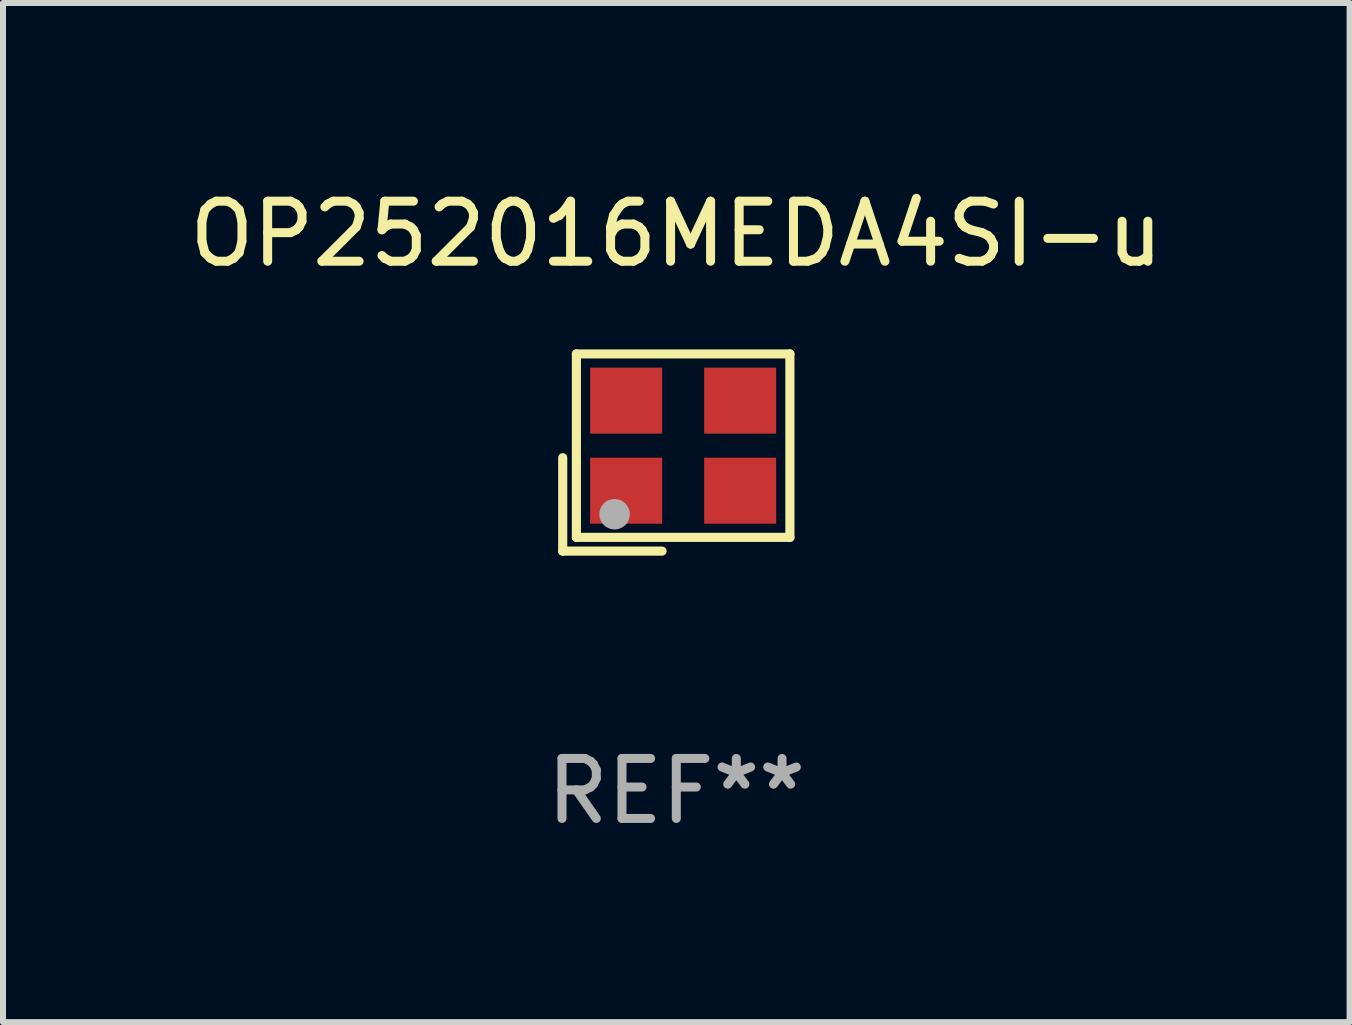
<source format=kicad_pcb>
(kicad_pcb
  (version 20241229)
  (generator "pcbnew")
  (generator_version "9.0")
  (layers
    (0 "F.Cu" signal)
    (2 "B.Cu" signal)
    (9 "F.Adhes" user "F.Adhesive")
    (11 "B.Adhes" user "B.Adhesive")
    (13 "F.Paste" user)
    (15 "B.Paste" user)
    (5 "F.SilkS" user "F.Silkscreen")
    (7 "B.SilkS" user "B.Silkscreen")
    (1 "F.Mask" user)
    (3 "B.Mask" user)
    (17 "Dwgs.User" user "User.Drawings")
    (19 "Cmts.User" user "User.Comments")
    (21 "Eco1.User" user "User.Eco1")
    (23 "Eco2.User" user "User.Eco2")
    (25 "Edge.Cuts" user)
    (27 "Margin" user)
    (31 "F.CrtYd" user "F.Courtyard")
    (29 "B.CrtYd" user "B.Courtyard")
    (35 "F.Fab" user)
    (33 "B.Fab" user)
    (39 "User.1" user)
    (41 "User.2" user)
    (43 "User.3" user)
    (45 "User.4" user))
  (footprint "OP252016MEDA4SI-u"
    (layer "F.Cu")
    (at 8.22 4.491)
    (property "Reference" "OP252016MEDA4SI-u" (at 0 -3.643 0) (layer "F.SilkS") (effects (font (size 1 1) (thickness 0.15))))
    (attr through_hole)
    (fp_line (start -1.893 0.086) (end -1.893 1.643) (stroke (width 0.152) (type solid)) (layer "F.SilkS"))
    (fp_line (start -1.893 1.643) (end -0.237 1.643) (stroke (width 0.152) (type solid)) (layer "F.SilkS"))
    (fp_line (start -1.665 -1.643) (end 1.893 -1.643) (stroke (width 0.152) (type solid)) (layer "F.SilkS"))
    (fp_line (start -1.665 1.414) (end -1.665 -1.643) (stroke (width 0.152) (type solid)) (layer "F.SilkS"))
    (fp_line (start 1.893 -1.643) (end 1.893 1.414) (stroke (width 0.152) (type solid)) (layer "F.SilkS"))
    (fp_line (start 1.893 1.414) (end -1.665 1.414) (stroke (width 0.152) (type solid)) (layer "F.SilkS"))
    (fp_circle (center -1.136 0.885) (end -1.106 0.885) (stroke (width 0.06) (type solid)) (fill no) (layer "F.SilkS"))
    (fp_circle (center -1.029 1.028) (end -0.902 1.028) (stroke (width 0.254) (type solid)) (fill no) (layer "F.Fab"))
    (fp_text user "REF**" (at 0 5.643 0) (layer "F.Fab") (effects (font (size 1 1) (thickness 0.15))))
    (pad "1" smd rect (at -0.836 0.636) (size 1.2 1.1) (layers "F.Cu" "F.Mask" "F.Paste"))
    (pad "2" smd rect (at 1.064 0.636) (size 1.2 1.1) (layers "F.Cu" "F.Mask" "F.Paste"))
    (pad "3" smd rect (at 1.064 -0.865) (size 1.2 1.1) (layers "F.Cu" "F.Mask" "F.Paste"))
    (pad "4" smd rect (at -0.836 -0.865) (size 1.2 1.1) (layers "F.Cu" "F.Mask" "F.Paste")))
  (gr_rect
    (start -3 -3)
    (end 19.44 13.983)
    (stroke (width 0.1) (type default))
    (fill no)
    (layer "Edge.Cuts")))
</source>
